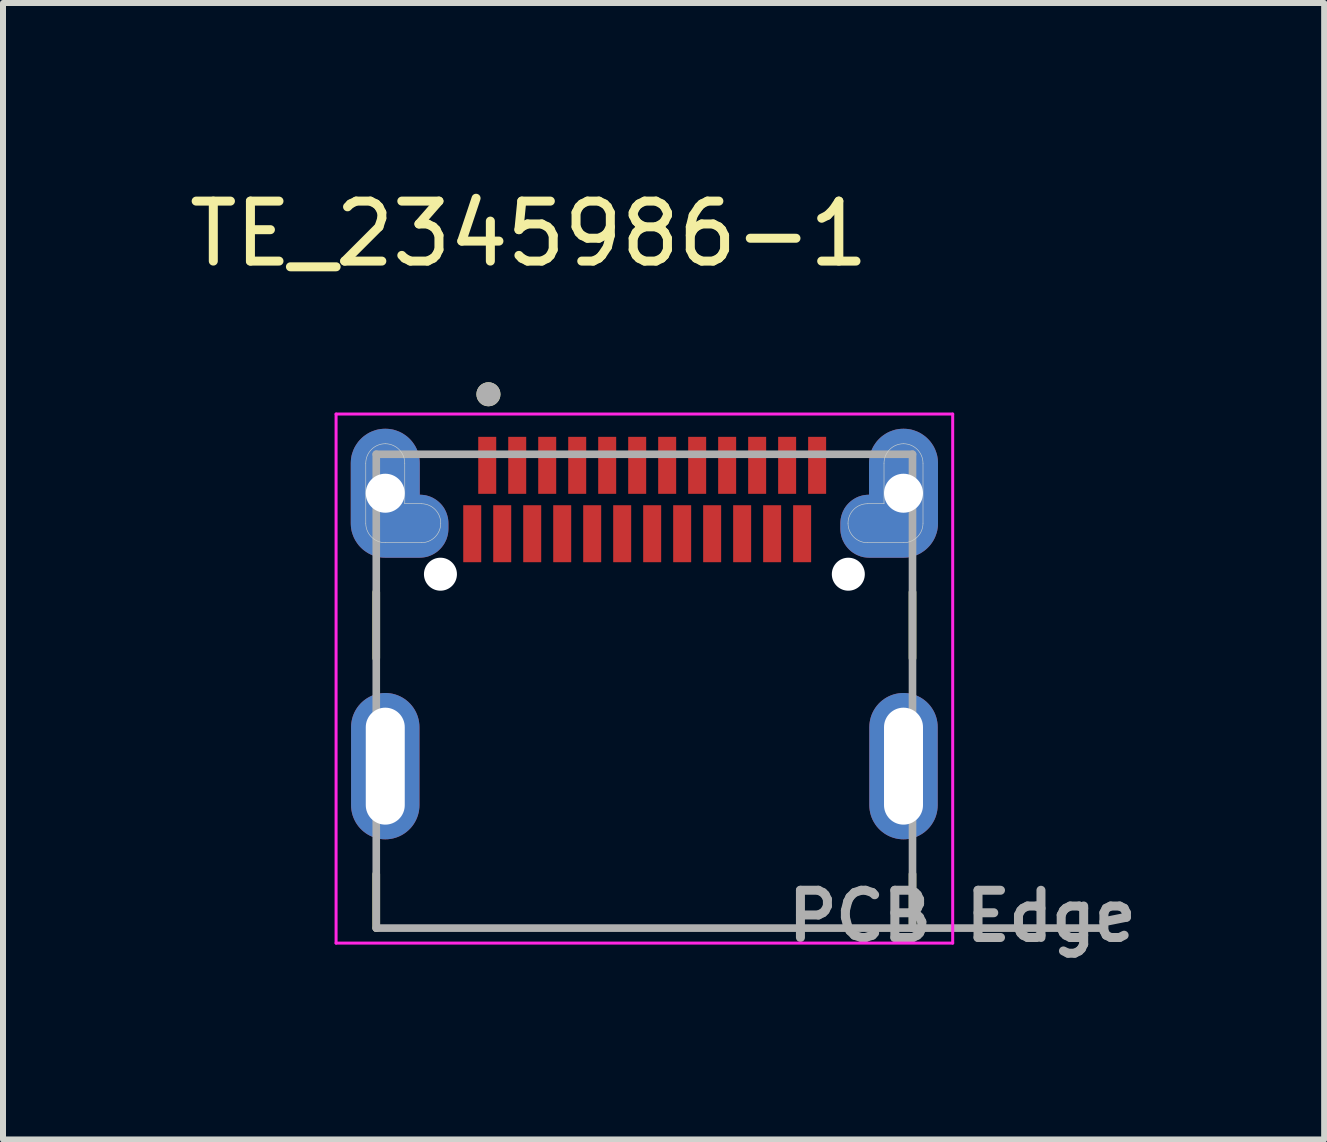
<source format=kicad_pcb>
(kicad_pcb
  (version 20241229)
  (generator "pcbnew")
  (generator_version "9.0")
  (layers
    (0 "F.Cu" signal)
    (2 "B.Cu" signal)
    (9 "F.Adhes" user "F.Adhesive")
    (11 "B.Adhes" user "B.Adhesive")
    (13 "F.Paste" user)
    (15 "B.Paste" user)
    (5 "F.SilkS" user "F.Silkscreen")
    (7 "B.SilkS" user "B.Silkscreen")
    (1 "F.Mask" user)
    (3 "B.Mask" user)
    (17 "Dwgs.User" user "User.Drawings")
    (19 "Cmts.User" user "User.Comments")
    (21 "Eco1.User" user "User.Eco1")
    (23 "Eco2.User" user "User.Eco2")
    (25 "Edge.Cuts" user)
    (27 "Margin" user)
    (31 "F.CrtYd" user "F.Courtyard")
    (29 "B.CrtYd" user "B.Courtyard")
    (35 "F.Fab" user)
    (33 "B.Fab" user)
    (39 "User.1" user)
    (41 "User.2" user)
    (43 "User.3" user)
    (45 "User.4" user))
  (footprint "TE_2345986-1"
    (layer "F.Cu")
    (at 7.693 8.473)
    (property "Reference" "TE_2345986-1" (at -1.925 -7.625 0) (layer "F.SilkS") (effects (font (size 1 1) (thickness 0.15))))
    (attr smd)
    (fp_poly (pts (xy -4.99 -2.8) (xy -4.99 -3.8) (xy -4.989 -3.835) (xy -4.986 -3.87) (xy -4.982 -3.905) (xy -4.975 -3.939) (xy -4.967 -3.973) (xy -4.957 -4.007) (xy -4.945 -4.04) (xy -4.932 -4.073) (xy -4.917 -4.104) (xy -4.9 -4.135) (xy -4.882 -4.165) (xy -4.862 -4.194) (xy -4.841 -4.222) (xy -4.818 -4.248) (xy -4.794 -4.274) (xy -4.768 -4.298) (xy -4.742 -4.321) (xy -4.714 -4.342) (xy -4.685 -4.362) (xy -4.655 -4.38) (xy -4.624 -4.397) (xy -4.593 -4.412) (xy -4.56 -4.425) (xy -4.527 -4.437) (xy -4.493 -4.447) (xy -4.459 -4.455) (xy -4.425 -4.462) (xy -4.39 -4.466) (xy -4.355 -4.469) (xy -4.32 -4.47) (xy -4.285 -4.469) (xy -4.25 -4.466) (xy -4.215 -4.462) (xy -4.181 -4.455) (xy -4.147 -4.447) (xy -4.113 -4.437) (xy -4.08 -4.425) (xy -4.047 -4.412) (xy -4.016 -4.397) (xy -3.985 -4.38) (xy -3.955 -4.362) (xy -3.926 -4.342) (xy -3.898 -4.321) (xy -3.872 -4.298) (xy -3.846 -4.274) (xy -3.822 -4.248) (xy -3.799 -4.222) (xy -3.778 -4.194) (xy -3.758 -4.165) (xy -3.74 -4.135) (xy -3.723 -4.104) (xy -3.708 -4.073) (xy -3.695 -4.04) (xy -3.683 -4.007) (xy -3.673 -3.973) (xy -3.665 -3.939) (xy -3.658 -3.905) (xy -3.654 -3.87) (xy -3.651 -3.835) (xy -3.65 -3.8) (xy -3.65 -3.375) (xy -3.625 -3.374) (xy -3.6 -3.372) (xy -3.575 -3.369) (xy -3.551 -3.365) (xy -3.526 -3.359) (xy -3.502 -3.352) (xy -3.479 -3.343) (xy -3.456 -3.334) (xy -3.433 -3.323) (xy -3.411 -3.311) (xy -3.39 -3.298) (xy -3.369 -3.284) (xy -3.349 -3.269) (xy -3.33 -3.252) (xy -3.312 -3.235) (xy -3.295 -3.217) (xy -3.279 -3.198) (xy -3.264 -3.178) (xy -3.25 -3.158) (xy -3.236 -3.136) (xy -3.225 -3.114) (xy -3.214 -3.092) (xy -3.204 -3.069) (xy -3.196 -3.045) (xy -3.189 -3.021) (xy -3.183 -2.997) (xy -3.178 -2.972) (xy -3.175 -2.947) (xy -3.173 -2.922) (xy -3.172 -2.897) (xy -3.172 -2.58) (xy -3.174 -2.553) (xy -3.177 -2.529) (xy -3.181 -2.505) (xy -3.186 -2.482) (xy -3.193 -2.458) (xy -3.2 -2.435) (xy -3.209 -2.412) (xy -3.219 -2.39) (xy -3.23 -2.369) (xy -3.243 -2.348) (xy -3.256 -2.328) (xy -3.271 -2.308) (xy -3.286 -2.289) (xy -3.303 -2.271) (xy -3.32 -2.254) (xy -3.338 -2.238) (xy -3.357 -2.223) (xy -3.377 -2.209) (xy -3.397 -2.196) (xy -3.418 -2.184) (xy -3.44 -2.173) (xy -3.462 -2.164) (xy -3.485 -2.155) (xy -3.508 -2.148) (xy -3.532 -2.142) (xy -3.556 -2.137) (xy -3.58 -2.133) (xy -3.604 -2.131) (xy -3.628 -2.13) (xy -3.65 -2.13) (xy -4.32 -2.13) (xy -4.355 -2.131) (xy -4.39 -2.134) (xy -4.425 -2.138) (xy -4.459 -2.145) (xy -4.493 -2.153) (xy -4.527 -2.163) (xy -4.56 -2.175) (xy -4.593 -2.188) (xy -4.624 -2.203) (xy -4.655 -2.22) (xy -4.685 -2.238) (xy -4.714 -2.258) (xy -4.742 -2.279) (xy -4.768 -2.302) (xy -4.794 -2.326) (xy -4.818 -2.352) (xy -4.841 -2.378) (xy -4.862 -2.406) (xy -4.882 -2.435) (xy -4.9 -2.465) (xy -4.917 -2.496) (xy -4.932 -2.527) (xy -4.945 -2.56) (xy -4.957 -2.593) (xy -4.967 -2.627) (xy -4.975 -2.661) (xy -4.982 -2.695) (xy -4.986 -2.73) (xy -4.989 -2.765) (xy -4.99 -2.8)) (stroke (width 0.01) (type solid)) (fill yes) (layer "F.Mask"))
    (fp_poly (pts (xy 4.99 -2.8) (xy 4.99 -3.8) (xy 4.989 -3.835) (xy 4.986 -3.87) (xy 4.982 -3.905) (xy 4.975 -3.939) (xy 4.967 -3.973) (xy 4.957 -4.007) (xy 4.945 -4.04) (xy 4.932 -4.073) (xy 4.917 -4.104) (xy 4.9 -4.135) (xy 4.882 -4.165) (xy 4.862 -4.194) (xy 4.841 -4.222) (xy 4.818 -4.248) (xy 4.794 -4.274) (xy 4.768 -4.298) (xy 4.742 -4.321) (xy 4.714 -4.342) (xy 4.685 -4.362) (xy 4.655 -4.38) (xy 4.624 -4.397) (xy 4.593 -4.412) (xy 4.56 -4.425) (xy 4.527 -4.437) (xy 4.493 -4.447) (xy 4.459 -4.455) (xy 4.425 -4.462) (xy 4.39 -4.466) (xy 4.355 -4.469) (xy 4.32 -4.47) (xy 4.285 -4.469) (xy 4.25 -4.466) (xy 4.215 -4.462) (xy 4.181 -4.455) (xy 4.147 -4.447) (xy 4.113 -4.437) (xy 4.08 -4.425) (xy 4.047 -4.412) (xy 4.016 -4.397) (xy 3.985 -4.38) (xy 3.955 -4.362) (xy 3.926 -4.342) (xy 3.898 -4.321) (xy 3.872 -4.298) (xy 3.846 -4.274) (xy 3.822 -4.248) (xy 3.799 -4.222) (xy 3.778 -4.194) (xy 3.758 -4.165) (xy 3.74 -4.135) (xy 3.723 -4.104) (xy 3.708 -4.073) (xy 3.695 -4.04) (xy 3.683 -4.007) (xy 3.673 -3.973) (xy 3.665 -3.939) (xy 3.658 -3.905) (xy 3.654 -3.87) (xy 3.651 -3.835) (xy 3.65 -3.8) (xy 3.65 -3.375) (xy 3.625 -3.374) (xy 3.6 -3.372) (xy 3.575 -3.369) (xy 3.551 -3.365) (xy 3.526 -3.359) (xy 3.502 -3.352) (xy 3.479 -3.343) (xy 3.456 -3.334) (xy 3.433 -3.323) (xy 3.411 -3.311) (xy 3.39 -3.298) (xy 3.369 -3.284) (xy 3.349 -3.269) (xy 3.33 -3.252) (xy 3.312 -3.235) (xy 3.295 -3.217) (xy 3.279 -3.198) (xy 3.264 -3.178) (xy 3.25 -3.158) (xy 3.236 -3.136) (xy 3.225 -3.114) (xy 3.214 -3.092) (xy 3.204 -3.069) (xy 3.196 -3.045) (xy 3.189 -3.021) (xy 3.183 -2.997) (xy 3.178 -2.972) (xy 3.175 -2.947) (xy 3.173 -2.922) (xy 3.172 -2.897) (xy 3.172 -2.58) (xy 3.174 -2.553) (xy 3.177 -2.529) (xy 3.181 -2.505) (xy 3.186 -2.482) (xy 3.193 -2.458) (xy 3.2 -2.435) (xy 3.209 -2.412) (xy 3.219 -2.39) (xy 3.23 -2.369) (xy 3.243 -2.348) (xy 3.256 -2.328) (xy 3.271 -2.308) (xy 3.286 -2.289) (xy 3.303 -2.271) (xy 3.32 -2.254) (xy 3.338 -2.238) (xy 3.357 -2.223) (xy 3.377 -2.209) (xy 3.397 -2.196) (xy 3.418 -2.184) (xy 3.44 -2.173) (xy 3.462 -2.164) (xy 3.485 -2.155) (xy 3.508 -2.148) (xy 3.532 -2.142) (xy 3.556 -2.137) (xy 3.58 -2.133) (xy 3.604 -2.131) (xy 3.628 -2.13) (xy 3.65 -2.13) (xy 4.32 -2.13) (xy 4.355 -2.131) (xy 4.39 -2.134) (xy 4.425 -2.138) (xy 4.459 -2.145) (xy 4.493 -2.153) (xy 4.527 -2.163) (xy 4.56 -2.175) (xy 4.593 -2.188) (xy 4.624 -2.203) (xy 4.655 -2.22) (xy 4.685 -2.238) (xy 4.714 -2.258) (xy 4.742 -2.279) (xy 4.768 -2.302) (xy 4.794 -2.326) (xy 4.818 -2.352) (xy 4.841 -2.378) (xy 4.862 -2.406) (xy 4.882 -2.435) (xy 4.9 -2.465) (xy 4.917 -2.496) (xy 4.932 -2.527) (xy 4.945 -2.56) (xy 4.957 -2.593) (xy 4.967 -2.627) (xy 4.975 -2.661) (xy 4.982 -2.695) (xy 4.986 -2.73) (xy 4.989 -2.765) (xy 4.99 -2.8)) (stroke (width 0.01) (type solid)) (fill yes) (layer "F.Mask"))
    (fp_poly (pts (xy -4.99 -2.8) (xy -4.99 -3.8) (xy -4.989 -3.835) (xy -4.986 -3.87) (xy -4.982 -3.905) (xy -4.975 -3.939) (xy -4.967 -3.973) (xy -4.957 -4.007) (xy -4.945 -4.04) (xy -4.932 -4.073) (xy -4.917 -4.104) (xy -4.9 -4.135) (xy -4.882 -4.165) (xy -4.862 -4.194) (xy -4.841 -4.222) (xy -4.818 -4.248) (xy -4.794 -4.274) (xy -4.768 -4.298) (xy -4.742 -4.321) (xy -4.714 -4.342) (xy -4.685 -4.362) (xy -4.655 -4.38) (xy -4.624 -4.397) (xy -4.593 -4.412) (xy -4.56 -4.425) (xy -4.527 -4.437) (xy -4.493 -4.447) (xy -4.459 -4.455) (xy -4.425 -4.462) (xy -4.39 -4.466) (xy -4.355 -4.469) (xy -4.32 -4.47) (xy -4.285 -4.469) (xy -4.25 -4.466) (xy -4.215 -4.462) (xy -4.181 -4.455) (xy -4.147 -4.447) (xy -4.113 -4.437) (xy -4.08 -4.425) (xy -4.047 -4.412) (xy -4.016 -4.397) (xy -3.985 -4.38) (xy -3.955 -4.362) (xy -3.926 -4.342) (xy -3.898 -4.321) (xy -3.872 -4.298) (xy -3.846 -4.274) (xy -3.822 -4.248) (xy -3.799 -4.222) (xy -3.778 -4.194) (xy -3.758 -4.165) (xy -3.74 -4.135) (xy -3.723 -4.104) (xy -3.708 -4.073) (xy -3.695 -4.04) (xy -3.683 -4.007) (xy -3.673 -3.973) (xy -3.665 -3.939) (xy -3.658 -3.905) (xy -3.654 -3.87) (xy -3.651 -3.835) (xy -3.65 -3.8) (xy -3.65 -3.375) (xy -3.625 -3.374) (xy -3.6 -3.372) (xy -3.575 -3.369) (xy -3.551 -3.365) (xy -3.526 -3.359) (xy -3.502 -3.352) (xy -3.479 -3.343) (xy -3.456 -3.334) (xy -3.433 -3.323) (xy -3.411 -3.311) (xy -3.39 -3.298) (xy -3.369 -3.284) (xy -3.349 -3.269) (xy -3.33 -3.252) (xy -3.312 -3.235) (xy -3.295 -3.217) (xy -3.279 -3.198) (xy -3.264 -3.178) (xy -3.25 -3.158) (xy -3.236 -3.136) (xy -3.225 -3.114) (xy -3.214 -3.092) (xy -3.204 -3.069) (xy -3.196 -3.045) (xy -3.189 -3.021) (xy -3.183 -2.997) (xy -3.178 -2.972) (xy -3.175 -2.947) (xy -3.173 -2.922) (xy -3.172 -2.897) (xy -3.172 -2.58) (xy -3.174 -2.553) (xy -3.177 -2.529) (xy -3.181 -2.505) (xy -3.186 -2.482) (xy -3.193 -2.458) (xy -3.2 -2.435) (xy -3.209 -2.412) (xy -3.219 -2.39) (xy -3.23 -2.369) (xy -3.243 -2.348) (xy -3.256 -2.328) (xy -3.271 -2.308) (xy -3.286 -2.289) (xy -3.303 -2.271) (xy -3.32 -2.254) (xy -3.338 -2.238) (xy -3.357 -2.223) (xy -3.377 -2.209) (xy -3.397 -2.196) (xy -3.418 -2.184) (xy -3.44 -2.173) (xy -3.462 -2.164) (xy -3.485 -2.155) (xy -3.508 -2.148) (xy -3.532 -2.142) (xy -3.556 -2.137) (xy -3.58 -2.133) (xy -3.604 -2.131) (xy -3.628 -2.13) (xy -3.65 -2.13) (xy -4.32 -2.13) (xy -4.355 -2.131) (xy -4.39 -2.134) (xy -4.425 -2.138) (xy -4.459 -2.145) (xy -4.493 -2.153) (xy -4.527 -2.163) (xy -4.56 -2.175) (xy -4.593 -2.188) (xy -4.624 -2.203) (xy -4.655 -2.22) (xy -4.685 -2.238) (xy -4.714 -2.258) (xy -4.742 -2.279) (xy -4.768 -2.302) (xy -4.794 -2.326) (xy -4.818 -2.352) (xy -4.841 -2.378) (xy -4.862 -2.406) (xy -4.882 -2.435) (xy -4.9 -2.465) (xy -4.917 -2.496) (xy -4.932 -2.527) (xy -4.945 -2.56) (xy -4.957 -2.593) (xy -4.967 -2.627) (xy -4.975 -2.661) (xy -4.982 -2.695) (xy -4.986 -2.73) (xy -4.989 -2.765) (xy -4.99 -2.8)) (stroke (width 0.01) (type solid)) (fill yes) (layer "B.Mask"))
    (fp_poly (pts (xy 4.99 -2.8) (xy 4.99 -3.8) (xy 4.989 -3.835) (xy 4.986 -3.87) (xy 4.982 -3.905) (xy 4.975 -3.939) (xy 4.967 -3.973) (xy 4.957 -4.007) (xy 4.945 -4.04) (xy 4.932 -4.073) (xy 4.917 -4.104) (xy 4.9 -4.135) (xy 4.882 -4.165) (xy 4.862 -4.194) (xy 4.841 -4.222) (xy 4.818 -4.248) (xy 4.794 -4.274) (xy 4.768 -4.298) (xy 4.742 -4.321) (xy 4.714 -4.342) (xy 4.685 -4.362) (xy 4.655 -4.38) (xy 4.624 -4.397) (xy 4.593 -4.412) (xy 4.56 -4.425) (xy 4.527 -4.437) (xy 4.493 -4.447) (xy 4.459 -4.455) (xy 4.425 -4.462) (xy 4.39 -4.466) (xy 4.355 -4.469) (xy 4.32 -4.47) (xy 4.285 -4.469) (xy 4.25 -4.466) (xy 4.215 -4.462) (xy 4.181 -4.455) (xy 4.147 -4.447) (xy 4.113 -4.437) (xy 4.08 -4.425) (xy 4.047 -4.412) (xy 4.016 -4.397) (xy 3.985 -4.38) (xy 3.955 -4.362) (xy 3.926 -4.342) (xy 3.898 -4.321) (xy 3.872 -4.298) (xy 3.846 -4.274) (xy 3.822 -4.248) (xy 3.799 -4.222) (xy 3.778 -4.194) (xy 3.758 -4.165) (xy 3.74 -4.135) (xy 3.723 -4.104) (xy 3.708 -4.073) (xy 3.695 -4.04) (xy 3.683 -4.007) (xy 3.673 -3.973) (xy 3.665 -3.939) (xy 3.658 -3.905) (xy 3.654 -3.87) (xy 3.651 -3.835) (xy 3.65 -3.8) (xy 3.65 -3.375) (xy 3.625 -3.374) (xy 3.6 -3.372) (xy 3.575 -3.369) (xy 3.551 -3.365) (xy 3.526 -3.359) (xy 3.502 -3.352) (xy 3.479 -3.343) (xy 3.456 -3.334) (xy 3.433 -3.323) (xy 3.411 -3.311) (xy 3.39 -3.298) (xy 3.369 -3.284) (xy 3.349 -3.269) (xy 3.33 -3.252) (xy 3.312 -3.235) (xy 3.295 -3.217) (xy 3.279 -3.198) (xy 3.264 -3.178) (xy 3.25 -3.158) (xy 3.236 -3.136) (xy 3.225 -3.114) (xy 3.214 -3.092) (xy 3.204 -3.069) (xy 3.196 -3.045) (xy 3.189 -3.021) (xy 3.183 -2.997) (xy 3.178 -2.972) (xy 3.175 -2.947) (xy 3.173 -2.922) (xy 3.172 -2.897) (xy 3.172 -2.58) (xy 3.174 -2.553) (xy 3.177 -2.529) (xy 3.181 -2.505) (xy 3.186 -2.482) (xy 3.193 -2.458) (xy 3.2 -2.435) (xy 3.209 -2.412) (xy 3.219 -2.39) (xy 3.23 -2.369) (xy 3.243 -2.348) (xy 3.256 -2.328) (xy 3.271 -2.308) (xy 3.286 -2.289) (xy 3.303 -2.271) (xy 3.32 -2.254) (xy 3.338 -2.238) (xy 3.357 -2.223) (xy 3.377 -2.209) (xy 3.397 -2.196) (xy 3.418 -2.184) (xy 3.44 -2.173) (xy 3.462 -2.164) (xy 3.485 -2.155) (xy 3.508 -2.148) (xy 3.532 -2.142) (xy 3.556 -2.137) (xy 3.58 -2.133) (xy 3.604 -2.131) (xy 3.628 -2.13) (xy 3.65 -2.13) (xy 4.32 -2.13) (xy 4.355 -2.131) (xy 4.39 -2.134) (xy 4.425 -2.138) (xy 4.459 -2.145) (xy 4.493 -2.153) (xy 4.527 -2.163) (xy 4.56 -2.175) (xy 4.593 -2.188) (xy 4.624 -2.203) (xy 4.655 -2.22) (xy 4.685 -2.238) (xy 4.714 -2.258) (xy 4.742 -2.279) (xy 4.768 -2.302) (xy 4.794 -2.326) (xy 4.818 -2.352) (xy 4.841 -2.378) (xy 4.862 -2.406) (xy 4.882 -2.435) (xy 4.9 -2.465) (xy 4.917 -2.496) (xy 4.932 -2.527) (xy 4.945 -2.56) (xy 4.957 -2.593) (xy 4.967 -2.627) (xy 4.975 -2.661) (xy 4.982 -2.695) (xy 4.986 -2.73) (xy 4.989 -2.765) (xy 4.99 -2.8)) (stroke (width 0.01) (type solid)) (fill yes) (layer "B.Mask"))
    (fp_line (start -4.47 -1.65) (end -4.47 -0.55) (stroke (width 0.127) (type solid)) (layer "F.SilkS"))
    (fp_line (start -4.47 3.95) (end -4.47 3.05) (stroke (width 0.127) (type solid)) (layer "F.SilkS"))
    (fp_line (start 4.47 -1.65) (end 4.47 -0.55) (stroke (width 0.127) (type solid)) (layer "F.SilkS"))
    (fp_line (start 4.47 3.95) (end 4.47 3.05) (stroke (width 0.127) (type solid)) (layer "F.SilkS"))
    (fp_circle (center -2.6 -4.95) (end -2.5 -4.95) (stroke (width 0.2) (type solid)) (fill no) (layer "F.SilkS"))
    (fp_line (start -4.645 -2.8) (end -4.645 -3.8) (stroke (width 0.01) (type solid)) (layer "Edge.Cuts"))
    (fp_line (start -3.995 -3.8) (end -3.995 -3.125) (stroke (width 0.01) (type solid)) (layer "Edge.Cuts"))
    (fp_line (start -3.995 -3.125) (end -3.72 -3.125) (stroke (width 0.01) (type solid)) (layer "Edge.Cuts"))
    (fp_line (start -3.72 -2.475) (end -4.32 -2.475) (stroke (width 0.01) (type solid)) (layer "Edge.Cuts"))
    (fp_line (start 3.72 -2.475) (end 4.32 -2.475) (stroke (width 0.01) (type solid)) (layer "Edge.Cuts"))
    (fp_line (start 3.995 -3.8) (end 3.995 -3.125) (stroke (width 0.01) (type solid)) (layer "Edge.Cuts"))
    (fp_line (start 3.995 -3.125) (end 3.72 -3.125) (stroke (width 0.01) (type solid)) (layer "Edge.Cuts"))
    (fp_line (start 4.645 -2.8) (end 4.645 -3.8) (stroke (width 0.01) (type solid)) (layer "Edge.Cuts"))
    (fp_arc (start -4.645 -3.8) (mid -4.54981 -4.02981) (end -4.32 -4.125) (stroke (width 0.01) (type solid)) (layer "Edge.Cuts"))
    (fp_arc (start -4.32 -4.125) (mid -4.09019 -4.02981) (end -3.995 -3.8) (stroke (width 0.01) (type solid)) (layer "Edge.Cuts"))
    (fp_arc (start -4.32 -2.475) (mid -4.54981 -2.57019) (end -4.645 -2.8) (stroke (width 0.01) (type solid)) (layer "Edge.Cuts"))
    (fp_arc (start -3.72 -3.125) (mid -3.49019 -3.02981) (end -3.395 -2.8) (stroke (width 0.01) (type solid)) (layer "Edge.Cuts"))
    (fp_arc (start -3.395 -2.8) (mid -3.49019 -2.57019) (end -3.72 -2.475) (stroke (width 0.01) (type solid)) (layer "Edge.Cuts"))
    (fp_arc (start 3.395 -2.8) (mid 3.49019 -3.02981) (end 3.72 -3.125) (stroke (width 0.01) (type solid)) (layer "Edge.Cuts"))
    (fp_arc (start 3.72 -2.475) (mid 3.49019 -2.57019) (end 3.395 -2.8) (stroke (width 0.01) (type solid)) (layer "Edge.Cuts"))
    (fp_arc (start 3.995 -3.8) (mid 4.09019 -4.02981) (end 4.32 -4.125) (stroke (width 0.01) (type solid)) (layer "Edge.Cuts"))
    (fp_arc (start 4.32 -4.125) (mid 4.54981 -4.02981) (end 4.645 -3.8) (stroke (width 0.01) (type solid)) (layer "Edge.Cuts"))
    (fp_arc (start 4.645 -2.8) (mid 4.54981 -2.57019) (end 4.32 -2.475) (stroke (width 0.01) (type solid)) (layer "Edge.Cuts"))
    (fp_line (start -5.14 -4.62) (end -5.14 4.2) (stroke (width 0.05) (type solid)) (layer "F.CrtYd"))
    (fp_line (start -5.14 4.2) (end 5.14 4.2) (stroke (width 0.05) (type solid)) (layer "F.CrtYd"))
    (fp_line (start 5.14 -4.62) (end -5.14 -4.62) (stroke (width 0.05) (type solid)) (layer "F.CrtYd"))
    (fp_line (start 5.14 4.2) (end 5.14 -4.62) (stroke (width 0.05) (type solid)) (layer "F.CrtYd"))
    (fp_line (start -4.47 -3.95) (end -4.47 3.95) (stroke (width 0.127) (type solid)) (layer "F.Fab"))
    (fp_line (start -4.47 3.95) (end 4.47 3.95) (stroke (width 0.127) (type solid)) (layer "F.Fab"))
    (fp_line (start 4.47 -3.95) (end -4.47 -3.95) (stroke (width 0.127) (type solid)) (layer "F.Fab"))
    (fp_line (start 4.47 3.95) (end 4.47 -3.95) (stroke (width 0.127) (type solid)) (layer "F.Fab"))
    (fp_line (start 4.47 3.95) (end 7.6 3.95) (stroke (width 0.127) (type solid)) (layer "F.Fab"))
    (fp_circle (center -2.6 -4.95) (end -2.5 -4.95) (stroke (width 0.2) (type solid)) (fill no) (layer "F.Fab"))
    (fp_text user "PCB Edge" (at 5.3 3.75 0) (layer "F.Fab") (effects (font (size 0.787 0.787) (thickness 0.15))))
    (pad "" np_thru_hole circle (at -3.4 -1.95) (size 0.55 0.55) (drill 0.55) (layers "*.Cu" "*.Mask"))
    (pad "" np_thru_hole circle (at 3.4 -1.95) (size 0.55 0.55) (drill 0.55) (layers "*.Cu" "*.Mask"))
    (pad "A1" smd rect (at -2.62 -3.765) (size 0.3 0.95) (layers "F.Cu" "F.Mask" "F.Paste"))
    (pad "A2" smd rect (at -2.12 -3.765) (size 0.3 0.95) (layers "F.Cu" "F.Mask" "F.Paste"))
    (pad "A3" smd rect (at -1.62 -3.765) (size 0.3 0.95) (layers "F.Cu" "F.Mask" "F.Paste"))
    (pad "A4" smd rect (at -1.12 -3.765) (size 0.3 0.95) (layers "F.Cu" "F.Mask" "F.Paste"))
    (pad "A5" smd rect (at -0.62 -3.765) (size 0.3 0.95) (layers "F.Cu" "F.Mask" "F.Paste"))
    (pad "A6" smd rect (at -0.12 -3.765) (size 0.3 0.95) (layers "F.Cu" "F.Mask" "F.Paste"))
    (pad "A7" smd rect (at 0.38 -3.765) (size 0.3 0.95) (layers "F.Cu" "F.Mask" "F.Paste"))
    (pad "A8" smd rect (at 0.88 -3.765) (size 0.3 0.95) (layers "F.Cu" "F.Mask" "F.Paste"))
    (pad "A9" smd rect (at 1.38 -3.765) (size 0.3 0.95) (layers "F.Cu" "F.Mask" "F.Paste"))
    (pad "A10" smd rect (at 1.88 -3.765) (size 0.3 0.95) (layers "F.Cu" "F.Mask" "F.Paste"))
    (pad "A11" smd rect (at 2.38 -3.765) (size 0.3 0.95) (layers "F.Cu" "F.Mask" "F.Paste"))
    (pad "A12" smd rect (at 2.88 -3.765) (size 0.3 0.95) (layers "F.Cu" "F.Mask" "F.Paste"))
    (pad "B1" smd rect (at 2.63 -2.625) (size 0.3 0.95) (layers "F.Cu" "F.Mask" "F.Paste"))
    (pad "B2" smd rect (at 2.13 -2.625) (size 0.3 0.95) (layers "F.Cu" "F.Mask" "F.Paste"))
    (pad "B3" smd rect (at 1.63 -2.625) (size 0.3 0.95) (layers "F.Cu" "F.Mask" "F.Paste"))
    (pad "B4" smd rect (at 1.13 -2.625) (size 0.3 0.95) (layers "F.Cu" "F.Mask" "F.Paste"))
    (pad "B5" smd rect (at 0.63 -2.625) (size 0.3 0.95) (layers "F.Cu" "F.Mask" "F.Paste"))
    (pad "B6" smd rect (at 0.13 -2.625) (size 0.3 0.95) (layers "F.Cu" "F.Mask" "F.Paste"))
    (pad "B7" smd rect (at -0.37 -2.625) (size 0.3 0.95) (layers "F.Cu" "F.Mask" "F.Paste"))
    (pad "B8" smd rect (at -0.87 -2.625) (size 0.3 0.95) (layers "F.Cu" "F.Mask" "F.Paste"))
    (pad "B9" smd rect (at -1.37 -2.625) (size 0.3 0.95) (layers "F.Cu" "F.Mask" "F.Paste"))
    (pad "B10" smd rect (at -1.87 -2.625) (size 0.3 0.95) (layers "F.Cu" "F.Mask" "F.Paste"))
    (pad "B11" smd rect (at -2.37 -2.625) (size 0.3 0.95) (layers "F.Cu" "F.Mask" "F.Paste"))
    (pad "B12" smd rect (at -2.87 -2.625) (size 0.3 0.95) (layers "F.Cu" "F.Mask" "F.Paste"))
    (pad "SH1" thru_hole custom (at -4.32 -3.3) (size 1.14 1.14) (drill 0.65) (layers "*.Cu") (options (anchor circle)) (primitives (gr_poly (pts (xy -0.57 0.5) (xy -0.57 -0.5) (xy -0.569 -0.53) (xy -0.567 -0.56) (xy -0.563 -0.589) (xy -0.558 -0.619) (xy -0.551 -0.648) (xy -0.542 -0.676) (xy -0.532 -0.704) (xy -0.521 -0.732) (xy -0.508 -0.759) (xy -0.494 -0.785) (xy -0.478 -0.81) (xy -0.461 -0.835) (xy -0.443 -0.859) (xy -0.424 -0.881) (xy -0.403 -0.903) (xy -0.381 -0.924) (xy -0.359 -0.943) (xy -0.335 -0.961) (xy -0.31 -0.978) (xy -0.285 -0.994) (xy -0.259 -1.008) (xy -0.232 -1.021) (xy -0.204 -1.032) (xy -0.176 -1.042) (xy -0.148 -1.051) (xy -0.119 -1.058) (xy -0.089 -1.063) (xy -0.06 -1.067) (xy -0.03 -1.069) (xy 0 -1.07) (xy 0.03 -1.069) (xy 0.06 -1.067) (xy 0.089 -1.063) (xy 0.119 -1.058) (xy 0.148 -1.051) (xy 0.176 -1.042) (xy 0.204 -1.032) (xy 0.232 -1.021) (xy 0.259 -1.008) (xy 0.285 -0.994) (xy 0.31 -0.978) (xy 0.335 -0.961) (xy 0.359 -0.943) (xy 0.381 -0.924) (xy 0.403 -0.903) (xy 0.424 -0.881) (xy 0.443 -0.859) (xy 0.461 -0.835) (xy 0.478 -0.81) (xy 0.494 -0.785) (xy 0.508 -0.759) (xy 0.521 -0.732) (xy 0.532 -0.704) (xy 0.542 -0.676) (xy 0.551 -0.648) (xy 0.558 -0.619) (xy 0.563 -0.589) (xy 0.567 -0.56) (xy 0.569 -0.53) (xy 0.57 -0.5) (xy 0.57 0.03) (xy 0.577 0.03) (xy 0.602 0.031) (xy 0.627 0.033) (xy 0.651 0.036) (xy 0.675 0.04) (xy 0.699 0.046) (xy 0.723 0.053) (xy 0.746 0.061) (xy 0.769 0.071) (xy 0.791 0.081) (xy 0.812 0.093) (xy 0.833 0.106) (xy 0.854 0.12) (xy 0.873 0.135) (xy 0.892 0.151) (xy 0.91 0.168) (xy 0.927 0.186) (xy 0.943 0.204) (xy 0.958 0.224) (xy 0.972 0.244) (xy 0.985 0.265) (xy 0.996 0.287) (xy 1.007 0.309) (xy 1.016 0.332) (xy 1.024 0.355) (xy 1.031 0.378) (xy 1.037 0.402) (xy 1.042 0.426) (xy 1.045 0.451) (xy 1.047 0.475) (xy 1.048 0.5) (xy 1.048 0.592) (xy 1.047 0.617) (xy 1.045 0.642) (xy 1.042 0.667) (xy 1.037 0.692) (xy 1.031 0.716) (xy 1.024 0.74) (xy 1.016 0.764) (xy 1.006 0.787) (xy 0.995 0.809) (xy 0.984 0.831) (xy 0.97 0.853) (xy 0.956 0.873) (xy 0.941 0.893) (xy 0.925 0.912) (xy 0.908 0.93) (xy 0.89 0.947) (xy 0.871 0.964) (xy 0.851 0.979) (xy 0.83 0.993) (xy 0.809 1.006) (xy 0.787 1.018) (xy 0.764 1.029) (xy 0.741 1.038) (xy 0.718 1.047) (xy 0.694 1.054) (xy 0.669 1.06) (xy 0.645 1.064) (xy 0.62 1.067) (xy 0.595 1.069) (xy 0.57 1.07) (xy 0 1.07) (xy -0.03 1.069) (xy -0.06 1.067) (xy -0.089 1.063) (xy -0.119 1.058) (xy -0.148 1.051) (xy -0.176 1.042) (xy -0.204 1.032) (xy -0.232 1.021) (xy -0.259 1.008) (xy -0.285 0.994) (xy -0.31 0.978) (xy -0.335 0.961) (xy -0.359 0.943) (xy -0.381 0.924) (xy -0.403 0.903) (xy -0.424 0.881) (xy -0.443 0.859) (xy -0.461 0.835) (xy -0.478 0.81) (xy -0.494 0.785) (xy -0.508 0.759) (xy -0.521 0.732) (xy -0.532 0.704) (xy -0.542 0.676) (xy -0.551 0.648) (xy -0.558 0.619) (xy -0.563 0.589) (xy -0.567 0.56) (xy -0.569 0.53) (xy -0.57 0.5)) (width 0.01) (fill yes))))
    (pad "SH2" thru_hole custom (at 4.32 -3.3) (size 1.14 1.14) (drill 0.65) (layers "*.Cu") (options (anchor circle)) (primitives (gr_poly (pts (xy 0.57 0.5) (xy 0.57 -0.5) (xy 0.569 -0.53) (xy 0.567 -0.56) (xy 0.563 -0.589) (xy 0.558 -0.619) (xy 0.551 -0.648) (xy 0.542 -0.676) (xy 0.532 -0.704) (xy 0.521 -0.732) (xy 0.508 -0.759) (xy 0.494 -0.785) (xy 0.478 -0.81) (xy 0.461 -0.835) (xy 0.443 -0.859) (xy 0.424 -0.881) (xy 0.403 -0.903) (xy 0.381 -0.924) (xy 0.359 -0.943) (xy 0.335 -0.961) (xy 0.31 -0.978) (xy 0.285 -0.994) (xy 0.259 -1.008) (xy 0.232 -1.021) (xy 0.204 -1.032) (xy 0.176 -1.042) (xy 0.148 -1.051) (xy 0.119 -1.058) (xy 0.089 -1.063) (xy 0.06 -1.067) (xy 0.03 -1.069) (xy 0 -1.07) (xy -0.03 -1.069) (xy -0.06 -1.067) (xy -0.089 -1.063) (xy -0.119 -1.058) (xy -0.148 -1.051) (xy -0.176 -1.042) (xy -0.204 -1.032) (xy -0.232 -1.021) (xy -0.259 -1.008) (xy -0.285 -0.994) (xy -0.31 -0.978) (xy -0.335 -0.961) (xy -0.359 -0.943) (xy -0.381 -0.924) (xy -0.403 -0.903) (xy -0.424 -0.881) (xy -0.443 -0.859) (xy -0.461 -0.835) (xy -0.478 -0.81) (xy -0.494 -0.785) (xy -0.508 -0.759) (xy -0.521 -0.732) (xy -0.532 -0.704) (xy -0.542 -0.676) (xy -0.551 -0.648) (xy -0.558 -0.619) (xy -0.563 -0.589) (xy -0.567 -0.56) (xy -0.569 -0.53) (xy -0.57 -0.5) (xy -0.57 0.03) (xy -0.577 0.03) (xy -0.602 0.031) (xy -0.627 0.033) (xy -0.651 0.036) (xy -0.675 0.04) (xy -0.699 0.046) (xy -0.723 0.053) (xy -0.746 0.061) (xy -0.769 0.071) (xy -0.791 0.081) (xy -0.812 0.093) (xy -0.833 0.106) (xy -0.854 0.12) (xy -0.873 0.135) (xy -0.892 0.151) (xy -0.91 0.168) (xy -0.927 0.186) (xy -0.943 0.204) (xy -0.958 0.224) (xy -0.972 0.244) (xy -0.985 0.265) (xy -0.996 0.287) (xy -1.007 0.309) (xy -1.016 0.332) (xy -1.024 0.355) (xy -1.031 0.378) (xy -1.037 0.402) (xy -1.042 0.426) (xy -1.045 0.451) (xy -1.047 0.475) (xy -1.048 0.5) (xy -1.048 0.592) (xy -1.047 0.617) (xy -1.045 0.642) (xy -1.042 0.667) (xy -1.037 0.692) (xy -1.031 0.716) (xy -1.024 0.74) (xy -1.016 0.764) (xy -1.006 0.787) (xy -0.995 0.809) (xy -0.984 0.831) (xy -0.97 0.853) (xy -0.956 0.873) (xy -0.941 0.893) (xy -0.925 0.912) (xy -0.908 0.93) (xy -0.89 0.947) (xy -0.871 0.964) (xy -0.851 0.979) (xy -0.83 0.993) (xy -0.809 1.006) (xy -0.787 1.018) (xy -0.764 1.029) (xy -0.741 1.038) (xy -0.718 1.047) (xy -0.694 1.054) (xy -0.669 1.06) (xy -0.645 1.064) (xy -0.62 1.067) (xy -0.595 1.069) (xy -0.57 1.07) (xy 0 1.07) (xy 0.03 1.069) (xy 0.06 1.067) (xy 0.089 1.063) (xy 0.119 1.058) (xy 0.148 1.051) (xy 0.176 1.042) (xy 0.204 1.032) (xy 0.232 1.021) (xy 0.259 1.008) (xy 0.285 0.994) (xy 0.31 0.978) (xy 0.335 0.961) (xy 0.359 0.943) (xy 0.381 0.924) (xy 0.403 0.903) (xy 0.424 0.881) (xy 0.443 0.859) (xy 0.461 0.835) (xy 0.478 0.81) (xy 0.494 0.785) (xy 0.508 0.759) (xy 0.521 0.732) (xy 0.532 0.704) (xy 0.542 0.676) (xy 0.551 0.648) (xy 0.558 0.619) (xy 0.563 0.589) (xy 0.567 0.56) (xy 0.569 0.53) (xy 0.57 0.5)) (width 0.01) (fill yes))))
    (pad "SH3" thru_hole oval (at -4.32 1.25) (size 1.14 2.44) (drill oval 0.65 1.95) (layers "*.Cu" "*.Mask"))
    (pad "SH4" thru_hole oval (at 4.32 1.25) (size 1.14 2.44) (drill oval 0.65 1.95) (layers "*.Cu" "*.Mask")))
  (gr_rect
    (start -3 -3)
    (end 19.026 15.947)
    (stroke (width 0.1) (type default))
    (fill no)
    (layer "Edge.Cuts")))
</source>
